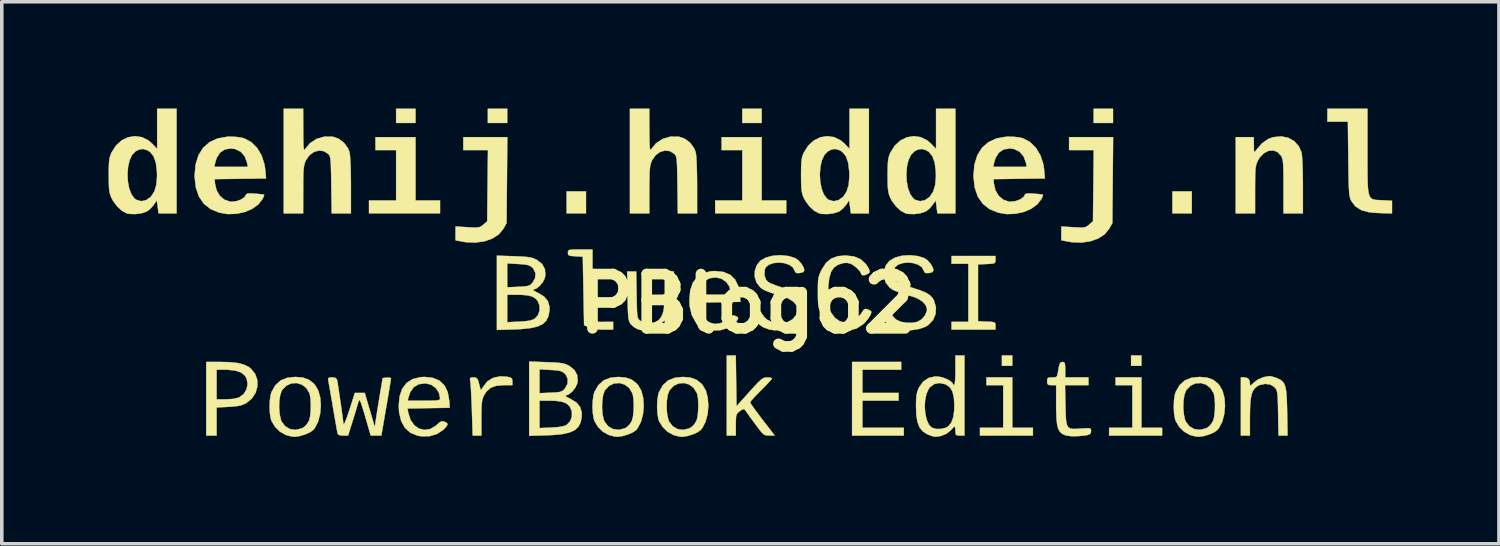
<source format=kicad_pcb>
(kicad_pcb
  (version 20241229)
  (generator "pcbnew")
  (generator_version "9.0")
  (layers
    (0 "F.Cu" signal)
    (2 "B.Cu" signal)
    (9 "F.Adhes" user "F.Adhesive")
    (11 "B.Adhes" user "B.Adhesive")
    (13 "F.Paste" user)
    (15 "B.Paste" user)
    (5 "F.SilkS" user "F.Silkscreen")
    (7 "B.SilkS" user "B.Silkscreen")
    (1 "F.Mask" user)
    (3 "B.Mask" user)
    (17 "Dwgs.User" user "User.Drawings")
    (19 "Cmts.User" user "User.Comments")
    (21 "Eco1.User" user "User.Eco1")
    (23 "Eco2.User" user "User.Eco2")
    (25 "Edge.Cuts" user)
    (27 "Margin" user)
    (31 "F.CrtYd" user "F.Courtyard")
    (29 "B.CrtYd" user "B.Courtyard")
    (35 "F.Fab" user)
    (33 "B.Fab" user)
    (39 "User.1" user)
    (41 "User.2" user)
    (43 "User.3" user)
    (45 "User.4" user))
  (footprint "PBlogo2"
    (layer "F.Cu")
    (at 17.948 5.484)
    (property "Reference" "PBlogo2" (at 0 0 0) (layer "F.SilkS") (effects (font (size 1.524 1.524) (thickness 0.3))))
    (attr through_hole)
    (fp_poly (pts (xy -9.325 -5.08) (xy -9.87 -5.08) (xy -9.87 -5.479) (xy -9.325 -5.479) (xy -9.325 -5.08)) (stroke (width 0.01) (type solid)) (fill yes) (layer "F.SilkS"))
    (fp_poly (pts (xy -6.749 -5.08) (xy -7.293 -5.08) (xy -7.293 -5.479) (xy -6.749 -5.479) (xy -6.749 -5.08)) (stroke (width 0.01) (type solid)) (fill yes) (layer "F.SilkS"))
    (fp_poly (pts (xy -4.536 -2.54) (xy -5.08 -2.54) (xy -5.08 -3.157) (xy -4.536 -3.157) (xy -4.536 -2.54)) (stroke (width 0.01) (type solid)) (fill yes) (layer "F.SilkS"))
    (fp_poly (pts (xy 0.399 -5.08) (xy -0.145 -5.08) (xy -0.145 -5.479) (xy 0.399 -5.479) (xy 0.399 -5.08)) (stroke (width 0.01) (type solid)) (fill yes) (layer "F.SilkS"))
    (fp_poly (pts (xy 7.439 1.742) (xy 7.148 1.742) (xy 7.148 1.451) (xy 7.439 1.451) (xy 7.439 1.742)) (stroke (width 0.01) (type solid)) (fill yes) (layer "F.SilkS"))
    (fp_poly (pts (xy 10.269 -5.08) (xy 9.725 -5.08) (xy 9.725 -5.479) (xy 10.269 -5.479) (xy 10.269 -5.08)) (stroke (width 0.01) (type solid)) (fill yes) (layer "F.SilkS"))
    (fp_poly (pts (xy 11.067 1.742) (xy 10.777 1.742) (xy 10.777 1.451) (xy 11.067 1.451) (xy 11.067 1.742)) (stroke (width 0.01) (type solid)) (fill yes) (layer "F.SilkS"))
    (fp_poly (pts (xy 12.482 -2.54) (xy 11.938 -2.54) (xy 11.938 -3.157) (xy 12.482 -3.157) (xy 12.482 -2.54)) (stroke (width 0.01) (type solid)) (fill yes) (layer "F.SilkS"))
    (fp_poly (pts (xy -9.325 -2.903) (xy -8.636 -2.903) (xy -8.636 -2.54) (xy -10.632 -2.54) (xy -10.632 -2.903) (xy -9.87 -2.903) (xy -9.87 -4.318) (xy -10.45 -4.318) (xy -10.45 -4.681) (xy -9.325 -4.681) (xy -9.325 -2.903)) (stroke (width 0.01) (type solid)) (fill yes) (layer "F.SilkS"))
    (fp_poly (pts (xy 0.399 -2.903) (xy 1.089 -2.903) (xy 1.089 -2.54) (xy -0.907 -2.54) (xy -0.907 -2.903) (xy -0.145 -2.903) (xy -0.145 -4.318) (xy -0.726 -4.318) (xy -0.726 -4.681) (xy 0.399 -4.681) (xy 0.399 -2.903)) (stroke (width 0.01) (type solid)) (fill yes) (layer "F.SilkS"))
    (fp_poly (pts (xy 7.439 3.483) (xy 8.019 3.483) (xy 8.019 3.701) (xy 6.531 3.701) (xy 6.531 3.483) (xy 7.185 3.483) (xy 7.185 2.286) (xy 6.713 2.286) (xy 6.713 2.068) (xy 7.439 2.068) (xy 7.439 3.483)) (stroke (width 0.01) (type solid)) (fill yes) (layer "F.SilkS"))
    (fp_poly (pts (xy 11.067 3.483) (xy 11.648 3.483) (xy 11.648 3.701) (xy 10.16 3.701) (xy 10.16 3.483) (xy 10.813 3.483) (xy 10.813 2.286) (xy 10.341 2.286) (xy 10.341 2.068) (xy 11.067 2.068) (xy 11.067 3.483)) (stroke (width 0.01) (type solid)) (fill yes) (layer "F.SilkS"))
    (fp_poly (pts (xy 4.318 1.851) (xy 3.229 1.851) (xy 3.229 2.504) (xy 4.245 2.504) (xy 4.245 2.721) (xy 3.229 2.721) (xy 3.229 3.483) (xy 4.391 3.483) (xy 4.391 3.701) (xy 2.939 3.701) (xy 2.939 1.633) (xy 4.318 1.633) (xy 4.318 1.851)) (stroke (width 0.01) (type solid)) (fill yes) (layer "F.SilkS"))
    (fp_poly (pts (xy 6.967 -1.235) (xy 6.964 -1.179) (xy 6.945 -1.146) (xy 6.894 -1.129) (xy 6.795 -1.121) (xy 6.722 -1.117) (xy 6.477 -1.107) (xy 6.477 0.49) (xy 6.722 0.501) (xy 6.852 0.507) (xy 6.925 0.519) (xy 6.958 0.543) (xy 6.967 0.587) (xy 6.967 0.619) (xy 6.967 0.726) (xy 5.733 0.726) (xy 5.733 0.508) (xy 6.205 0.508) (xy 6.205 -1.125) (xy 5.733 -1.125) (xy 5.733 -1.343) (xy 6.967 -1.343) (xy 6.967 -1.235)) (stroke (width 0.01) (type solid)) (fill yes) (layer "F.SilkS"))
    (fp_poly (pts (xy -6.767 -2.268) (xy -6.858 -2.106) (xy -6.984 -1.952) (xy -7.163 -1.835) (xy -7.384 -1.756) (xy -7.636 -1.72) (xy -7.906 -1.73) (xy -8.01 -1.747) (xy -8.201 -1.784) (xy -8.201 -2.171) (xy -7.864 -2.151) (xy -7.704 -2.143) (xy -7.598 -2.143) (xy -7.528 -2.154) (xy -7.475 -2.18) (xy -7.42 -2.222) (xy -7.419 -2.224) (xy -7.312 -2.316) (xy -7.301 -3.317) (xy -7.29 -4.318) (xy -7.983 -4.318) (xy -7.983 -4.681) (xy -6.746 -4.681) (xy -6.767 -2.268)) (stroke (width 0.01) (type solid)) (fill yes) (layer "F.SilkS"))
    (fp_poly (pts (xy 10.251 -2.268) (xy 10.16 -2.106) (xy 10.034 -1.952) (xy 9.855 -1.835) (xy 9.634 -1.756) (xy 9.382 -1.72) (xy 9.112 -1.73) (xy 9.008 -1.747) (xy 8.817 -1.784) (xy 8.817 -2.171) (xy 9.154 -2.151) (xy 9.314 -2.143) (xy 9.42 -2.143) (xy 9.49 -2.154) (xy 9.543 -2.18) (xy 9.598 -2.222) (xy 9.599 -2.224) (xy 9.706 -2.316) (xy 9.717 -3.317) (xy 9.728 -4.318) (xy 9.035 -4.318) (xy 9.035 -4.681) (xy 10.272 -4.681) (xy 10.251 -2.268)) (stroke (width 0.01) (type solid)) (fill yes) (layer "F.SilkS"))
    (fp_poly (pts (xy -4.354 -0.53) (xy -4.355 -0.228) (xy -4.355 0.01) (xy -4.351 0.19) (xy -4.341 0.321) (xy -4.323 0.411) (xy -4.294 0.467) (xy -4.251 0.497) (xy -4.192 0.508) (xy -4.114 0.51) (xy -4.014 0.508) (xy -4.007 0.508) (xy -3.774 0.508) (xy -3.774 0.726) (xy -4.055 0.726) (xy -4.261 0.716) (xy -4.411 0.684) (xy -4.463 0.662) (xy -4.59 0.599) (xy -4.608 -0.363) (xy -4.626 -1.324) (xy -4.835 -1.335) (xy -4.953 -1.344) (xy -5.015 -1.359) (xy -5.04 -1.39) (xy -5.044 -1.435) (xy -5.041 -1.476) (xy -5.024 -1.502) (xy -4.98 -1.517) (xy -4.893 -1.523) (xy -4.752 -1.524) (xy -4.699 -1.524) (xy -4.354 -1.524) (xy -4.354 -0.53)) (stroke (width 0.01) (type solid)) (fill yes) (layer "F.SilkS"))
    (fp_poly (pts (xy 17.417 -4.286) (xy 17.417 -3.936) (xy 17.418 -3.653) (xy 17.422 -3.427) (xy 17.431 -3.254) (xy 17.447 -3.126) (xy 17.472 -3.035) (xy 17.509 -2.976) (xy 17.56 -2.94) (xy 17.625 -2.922) (xy 17.709 -2.914) (xy 17.812 -2.91) (xy 17.83 -2.909) (xy 18.107 -2.895) (xy 18.107 -2.54) (xy 17.862 -2.545) (xy 17.704 -2.551) (xy 17.548 -2.562) (xy 17.453 -2.573) (xy 17.241 -2.632) (xy 17.074 -2.74) (xy 16.964 -2.886) (xy 16.942 -2.933) (xy 16.925 -2.986) (xy 16.912 -3.054) (xy 16.902 -3.146) (xy 16.895 -3.272) (xy 16.889 -3.438) (xy 16.885 -3.656) (xy 16.881 -3.934) (xy 16.879 -4.073) (xy 16.867 -5.116) (xy 16.292 -5.116) (xy 16.292 -5.479) (xy 17.417 -5.479) (xy 17.417 -4.286)) (stroke (width 0.01) (type solid)) (fill yes) (layer "F.SilkS"))
    (fp_poly (pts (xy -14.543 1.64) (xy -14.323 1.664) (xy -14.151 1.706) (xy -14.018 1.77) (xy -13.95 1.821) (xy -13.83 1.969) (xy -13.77 2.142) (xy -13.768 2.325) (xy -13.82 2.504) (xy -13.925 2.664) (xy -14.082 2.791) (xy -14.093 2.797) (xy -14.191 2.841) (xy -14.313 2.871) (xy -14.477 2.889) (xy -14.574 2.895) (xy -14.913 2.913) (xy -14.913 3.701) (xy -15.204 3.701) (xy -15.204 2.685) (xy -14.913 2.685) (xy -14.656 2.685) (xy -14.458 2.673) (xy -14.305 2.639) (xy -14.273 2.626) (xy -14.149 2.532) (xy -14.071 2.4) (xy -14.042 2.251) (xy -14.069 2.103) (xy -14.117 2.02) (xy -14.225 1.931) (xy -14.389 1.876) (xy -14.612 1.852) (xy -14.687 1.851) (xy -14.913 1.851) (xy -14.913 2.685) (xy -15.204 2.685) (xy -15.204 1.633) (xy -14.825 1.633) (xy -14.543 1.64)) (stroke (width 0.01) (type solid)) (fill yes) (layer "F.SilkS"))
    (fp_poly (pts (xy -6.749 2.05) (xy -6.656 2.072) (xy -6.614 2.106) (xy -6.604 2.171) (xy -6.604 2.18) (xy -6.604 2.286) (xy -6.849 2.286) (xy -7.058 2.304) (xy -7.214 2.361) (xy -7.332 2.464) (xy -7.401 2.573) (xy -7.432 2.643) (xy -7.453 2.721) (xy -7.466 2.821) (xy -7.472 2.958) (xy -7.475 3.15) (xy -7.475 3.21) (xy -7.475 3.701) (xy -7.719 3.701) (xy -7.741 3.003) (xy -7.749 2.777) (xy -7.759 2.568) (xy -7.768 2.391) (xy -7.778 2.259) (xy -7.786 2.186) (xy -7.786 2.186) (xy -7.797 2.106) (xy -7.774 2.074) (xy -7.7 2.068) (xy -7.698 2.068) (xy -7.626 2.076) (xy -7.585 2.111) (xy -7.554 2.194) (xy -7.547 2.223) (xy -7.52 2.325) (xy -7.501 2.399) (xy -7.497 2.413) (xy -7.476 2.409) (xy -7.438 2.354) (xy -7.427 2.335) (xy -7.309 2.181) (xy -7.147 2.081) (xy -6.947 2.038) (xy -6.749 2.05)) (stroke (width 0.01) (type solid)) (fill yes) (layer "F.SilkS"))
    (fp_poly (pts (xy -3.114 -0.251) (xy -3.109 -0.017) (xy -3.105 0.154) (xy -3.098 0.275) (xy -3.088 0.356) (xy -3.073 0.409) (xy -3.051 0.443) (xy -3.022 0.47) (xy -3.017 0.475) (xy -2.895 0.533) (xy -2.746 0.547) (xy -2.599 0.519) (xy -2.494 0.458) (xy -2.431 0.384) (xy -2.384 0.288) (xy -2.352 0.16) (xy -2.333 -0.012) (xy -2.324 -0.238) (xy -2.322 -0.408) (xy -2.322 -0.907) (xy -2.068 -0.907) (xy -2.068 0.726) (xy -2.195 0.726) (xy -2.279 0.721) (xy -2.314 0.691) (xy -2.322 0.615) (xy -2.322 0.592) (xy -2.322 0.457) (xy -2.443 0.574) (xy -2.616 0.699) (xy -2.806 0.752) (xy -3.011 0.735) (xy -3.081 0.715) (xy -3.19 0.654) (xy -3.28 0.57) (xy -3.28 0.569) (xy -3.307 0.528) (xy -3.327 0.479) (xy -3.342 0.412) (xy -3.352 0.315) (xy -3.359 0.177) (xy -3.364 -0.013) (xy -3.368 -0.22) (xy -3.379 -0.907) (xy -3.125 -0.907) (xy -3.114 -0.251)) (stroke (width 0.01) (type solid)) (fill yes) (layer "F.SilkS"))
    (fp_poly (pts (xy 14.74 2.045) (xy 14.843 2.078) (xy 14.878 2.091) (xy 14.964 2.131) (xy 15.03 2.18) (xy 15.079 2.246) (xy 15.113 2.342) (xy 15.136 2.475) (xy 15.15 2.656) (xy 15.158 2.895) (xy 15.161 3.039) (xy 15.173 3.701) (xy 14.919 3.701) (xy 14.907 3.069) (xy 14.903 2.84) (xy 14.897 2.672) (xy 14.89 2.554) (xy 14.878 2.473) (xy 14.862 2.419) (xy 14.838 2.379) (xy 14.807 2.343) (xy 14.693 2.27) (xy 14.548 2.249) (xy 14.395 2.28) (xy 14.33 2.311) (xy 14.254 2.371) (xy 14.197 2.452) (xy 14.157 2.564) (xy 14.132 2.72) (xy 14.119 2.927) (xy 14.115 3.176) (xy 14.115 3.701) (xy 13.861 3.701) (xy 13.861 2.068) (xy 13.966 2.068) (xy 14.058 2.09) (xy 14.105 2.161) (xy 14.115 2.257) (xy 14.121 2.297) (xy 14.146 2.292) (xy 14.203 2.236) (xy 14.217 2.221) (xy 14.339 2.129) (xy 14.498 2.061) (xy 14.657 2.032) (xy 14.668 2.032) (xy 14.74 2.045)) (stroke (width 0.01) (type solid)) (fill yes) (layer "F.SilkS"))
    (fp_poly (pts (xy -12.48 -4.871) (xy -12.478 -4.646) (xy -12.475 -4.486) (xy -12.468 -4.384) (xy -12.459 -4.332) (xy -12.445 -4.323) (xy -12.435 -4.336) (xy -12.29 -4.511) (xy -12.103 -4.633) (xy -11.886 -4.696) (xy -11.653 -4.695) (xy -11.484 -4.636) (xy -11.334 -4.522) (xy -11.222 -4.368) (xy -11.18 -4.263) (xy -11.167 -4.177) (xy -11.156 -4.03) (xy -11.147 -3.831) (xy -11.142 -3.593) (xy -11.14 -3.329) (xy -11.14 -2.54) (xy -11.68 -2.54) (xy -11.691 -3.337) (xy -11.695 -3.599) (xy -11.7 -3.798) (xy -11.705 -3.943) (xy -11.714 -4.046) (xy -11.725 -4.115) (xy -11.741 -4.161) (xy -11.762 -4.193) (xy -11.777 -4.209) (xy -11.901 -4.288) (xy -12.04 -4.305) (xy -12.18 -4.265) (xy -12.307 -4.172) (xy -12.405 -4.031) (xy -12.411 -4.018) (xy -12.436 -3.953) (xy -12.455 -3.881) (xy -12.468 -3.787) (xy -12.476 -3.66) (xy -12.48 -3.488) (xy -12.481 -3.259) (xy -12.481 -3.202) (xy -12.482 -2.54) (xy -13.027 -2.54) (xy -13.027 -5.479) (xy -12.482 -5.479) (xy -12.48 -4.871)) (stroke (width 0.01) (type solid)) (fill yes) (layer "F.SilkS"))
    (fp_poly (pts (xy -2.756 -4.871) (xy -2.754 -4.646) (xy -2.75 -4.486) (xy -2.744 -4.384) (xy -2.734 -4.332) (xy -2.721 -4.323) (xy -2.71 -4.336) (xy -2.566 -4.511) (xy -2.378 -4.633) (xy -2.161 -4.696) (xy -1.928 -4.695) (xy -1.759 -4.636) (xy -1.609 -4.522) (xy -1.498 -4.368) (xy -1.456 -4.263) (xy -1.442 -4.177) (xy -1.431 -4.03) (xy -1.423 -3.831) (xy -1.417 -3.593) (xy -1.415 -3.329) (xy -1.415 -2.54) (xy -1.956 -2.54) (xy -1.967 -3.337) (xy -1.971 -3.599) (xy -1.975 -3.798) (xy -1.981 -3.943) (xy -1.989 -4.046) (xy -2 -4.115) (xy -2.016 -4.161) (xy -2.037 -4.193) (xy -2.052 -4.209) (xy -2.176 -4.288) (xy -2.315 -4.305) (xy -2.456 -4.265) (xy -2.582 -4.172) (xy -2.681 -4.031) (xy -2.686 -4.018) (xy -2.712 -3.953) (xy -2.73 -3.881) (xy -2.743 -3.787) (xy -2.751 -3.66) (xy -2.755 -3.488) (xy -2.757 -3.259) (xy -2.757 -3.202) (xy -2.758 -2.54) (xy -3.302 -2.54) (xy -3.302 -5.479) (xy -2.758 -5.479) (xy -2.756 -4.871)) (stroke (width 0.01) (type solid)) (fill yes) (layer "F.SilkS"))
    (fp_poly (pts (xy 15.191 -4.664) (xy 15.362 -4.568) (xy 15.492 -4.421) (xy 15.564 -4.255) (xy 15.576 -4.178) (xy 15.586 -4.04) (xy 15.594 -3.856) (xy 15.6 -3.636) (xy 15.603 -3.395) (xy 15.603 -3.329) (xy 15.603 -2.54) (xy 15.059 -2.54) (xy 15.058 -3.293) (xy 15.058 -3.549) (xy 15.056 -3.743) (xy 15.051 -3.886) (xy 15.043 -3.988) (xy 15.03 -4.061) (xy 15.013 -4.114) (xy 14.989 -4.16) (xy 14.988 -4.162) (xy 14.889 -4.265) (xy 14.767 -4.309) (xy 14.635 -4.296) (xy 14.505 -4.228) (xy 14.39 -4.109) (xy 14.342 -4.028) (xy 14.313 -3.966) (xy 14.292 -3.903) (xy 14.277 -3.827) (xy 14.268 -3.726) (xy 14.263 -3.587) (xy 14.261 -3.397) (xy 14.26 -3.204) (xy 14.26 -2.54) (xy 13.716 -2.54) (xy 13.716 -4.681) (xy 14.224 -4.681) (xy 14.226 -4.454) (xy 14.227 -4.332) (xy 14.234 -4.272) (xy 14.249 -4.264) (xy 14.278 -4.299) (xy 14.289 -4.315) (xy 14.453 -4.506) (xy 14.627 -4.629) (xy 14.767 -4.68) (xy 14.989 -4.703) (xy 15.191 -4.664)) (stroke (width 0.01) (type solid)) (fill yes) (layer "F.SilkS"))
    (fp_poly (pts (xy -0.318 2.165) (xy -0.308 2.879) (xy 0.054 2.474) (xy 0.196 2.318) (xy 0.3 2.208) (xy 0.377 2.136) (xy 0.436 2.094) (xy 0.487 2.075) (xy 0.541 2.069) (xy 0.553 2.069) (xy 0.641 2.075) (xy 0.687 2.091) (xy 0.689 2.096) (xy 0.665 2.131) (xy 0.599 2.206) (xy 0.501 2.31) (xy 0.381 2.431) (xy 0.381 2.431) (xy 0.261 2.553) (xy 0.163 2.657) (xy 0.097 2.733) (xy 0.073 2.769) (xy 0.073 2.769) (xy 0.094 2.807) (xy 0.152 2.892) (xy 0.239 3.013) (xy 0.349 3.159) (xy 0.419 3.251) (xy 0.765 3.701) (xy 0.61 3.7) (xy 0.541 3.698) (xy 0.488 3.685) (xy 0.437 3.652) (xy 0.377 3.588) (xy 0.297 3.484) (xy 0.205 3.36) (xy 0.103 3.222) (xy 0.017 3.102) (xy -0.045 3.015) (xy -0.072 2.976) (xy -0.107 2.957) (xy -0.17 2.984) (xy -0.213 3.014) (xy -0.269 3.058) (xy -0.302 3.103) (xy -0.319 3.165) (xy -0.326 3.266) (xy -0.327 3.4) (xy -0.327 3.701) (xy -0.581 3.701) (xy -0.581 1.451) (xy -0.328 1.451) (xy -0.318 2.165)) (stroke (width 0.01) (type solid)) (fill yes) (layer "F.SilkS"))
    (fp_poly (pts (xy 8.896 1.642) (xy 8.917 1.68) (xy 8.925 1.764) (xy 8.926 1.851) (xy 8.926 2.068) (xy 9.579 2.068) (xy 9.579 2.286) (xy 8.921 2.286) (xy 8.933 2.851) (xy 8.939 3.09) (xy 8.949 3.265) (xy 8.969 3.386) (xy 9.006 3.462) (xy 9.066 3.502) (xy 9.155 3.516) (xy 9.278 3.513) (xy 9.371 3.506) (xy 9.512 3.497) (xy 9.595 3.497) (xy 9.637 3.509) (xy 9.651 3.537) (xy 9.652 3.571) (xy 9.645 3.626) (xy 9.617 3.662) (xy 9.552 3.687) (xy 9.44 3.704) (xy 9.302 3.717) (xy 9.104 3.721) (xy 8.952 3.7) (xy 8.926 3.692) (xy 8.839 3.651) (xy 8.774 3.593) (xy 8.728 3.508) (xy 8.698 3.385) (xy 8.681 3.215) (xy 8.673 2.988) (xy 8.672 2.839) (xy 8.672 2.286) (xy 8.545 2.286) (xy 8.46 2.28) (xy 8.425 2.249) (xy 8.418 2.177) (xy 8.424 2.107) (xy 8.456 2.076) (xy 8.535 2.068) (xy 8.559 2.068) (xy 8.645 2.065) (xy 8.69 2.042) (xy 8.713 1.979) (xy 8.726 1.9) (xy 8.75 1.762) (xy 8.775 1.68) (xy 8.808 1.642) (xy 8.857 1.633) (xy 8.858 1.633) (xy 8.896 1.642)) (stroke (width 0.01) (type solid)) (fill yes) (layer "F.SilkS"))
    (fp_poly (pts (xy -8.836 2.081) (xy -8.649 2.161) (xy -8.511 2.295) (xy -8.42 2.483) (xy -8.377 2.726) (xy -8.376 2.741) (xy -8.364 2.921) (xy -8.957 2.931) (xy -9.551 2.941) (xy -9.526 3.076) (xy -9.463 3.267) (xy -9.36 3.411) (xy -9.228 3.505) (xy -9.077 3.543) (xy -8.92 3.521) (xy -8.767 3.436) (xy -8.722 3.395) (xy -8.641 3.324) (xy -8.579 3.301) (xy -8.513 3.313) (xy -8.442 3.348) (xy -8.426 3.394) (xy -8.468 3.462) (xy -8.543 3.538) (xy -8.719 3.656) (xy -8.93 3.719) (xy -9.159 3.723) (xy -9.271 3.704) (xy -9.47 3.622) (xy -9.623 3.485) (xy -9.728 3.295) (xy -9.786 3.053) (xy -9.797 2.867) (xy -9.783 2.721) (xy -9.545 2.721) (xy -9.09 2.721) (xy -8.902 2.721) (xy -8.774 2.718) (xy -8.696 2.71) (xy -8.654 2.696) (xy -8.638 2.674) (xy -8.636 2.647) (xy -8.669 2.494) (xy -8.759 2.364) (xy -8.89 2.272) (xy -9.045 2.235) (xy -9.048 2.235) (xy -9.232 2.259) (xy -9.373 2.34) (xy -9.473 2.481) (xy -9.521 2.622) (xy -9.545 2.721) (xy -9.783 2.721) (xy -9.772 2.599) (xy -9.698 2.384) (xy -9.575 2.222) (xy -9.404 2.114) (xy -9.186 2.061) (xy -9.071 2.055) (xy -8.836 2.081)) (stroke (width 0.01) (type solid)) (fill yes) (layer "F.SilkS"))
    (fp_poly (pts (xy -0.672 -0.894) (xy -0.485 -0.814) (xy -0.347 -0.681) (xy -0.256 -0.493) (xy -0.212 -0.249) (xy -0.211 -0.234) (xy -0.2 -0.054) (xy -0.793 -0.044) (xy -1.387 -0.034) (xy -1.362 0.101) (xy -1.299 0.291) (xy -1.196 0.436) (xy -1.063 0.529) (xy -0.913 0.567) (xy -0.756 0.546) (xy -0.603 0.46) (xy -0.557 0.419) (xy -0.477 0.349) (xy -0.415 0.325) (xy -0.349 0.337) (xy -0.277 0.372) (xy -0.262 0.418) (xy -0.304 0.486) (xy -0.378 0.562) (xy -0.554 0.68) (xy -0.765 0.743) (xy -0.995 0.748) (xy -1.107 0.728) (xy -1.305 0.647) (xy -1.458 0.51) (xy -1.564 0.319) (xy -1.622 0.078) (xy -1.632 -0.109) (xy -1.619 -0.254) (xy -1.38 -0.254) (xy -0.926 -0.254) (xy -0.738 -0.255) (xy -0.61 -0.258) (xy -0.532 -0.265) (xy -0.49 -0.279) (xy -0.474 -0.302) (xy -0.472 -0.328) (xy -0.505 -0.481) (xy -0.595 -0.611) (xy -0.726 -0.703) (xy -0.881 -0.74) (xy -0.883 -0.74) (xy -1.068 -0.717) (xy -1.209 -0.635) (xy -1.309 -0.495) (xy -1.356 -0.354) (xy -1.38 -0.254) (xy -1.619 -0.254) (xy -1.608 -0.377) (xy -1.533 -0.592) (xy -1.411 -0.754) (xy -1.24 -0.862) (xy -1.022 -0.915) (xy -0.907 -0.92) (xy -0.672 -0.894)) (stroke (width 0.01) (type solid)) (fill yes) (layer "F.SilkS"))
    (fp_poly (pts (xy -12.489 2.073) (xy -12.325 2.131) (xy -12.187 2.237) (xy -12.145 2.284) (xy -12.054 2.443) (xy -12 2.644) (xy -11.985 2.867) (xy -12.005 3.095) (xy -12.061 3.308) (xy -12.151 3.486) (xy -12.201 3.547) (xy -12.291 3.611) (xy -12.425 3.67) (xy -12.575 3.715) (xy -12.711 3.736) (xy -12.734 3.736) (xy -12.829 3.723) (xy -12.946 3.692) (xy -12.972 3.683) (xy -13.133 3.593) (xy -13.273 3.455) (xy -13.369 3.293) (xy -13.387 3.242) (xy -13.415 3.084) (xy -13.423 2.913) (xy -13.157 2.913) (xy -13.143 3.096) (xy -13.11 3.251) (xy -13.087 3.308) (xy -12.985 3.442) (xy -12.846 3.521) (xy -12.686 3.542) (xy -12.522 3.5) (xy -12.457 3.464) (xy -12.381 3.389) (xy -12.319 3.288) (xy -12.316 3.282) (xy -12.287 3.168) (xy -12.27 3.01) (xy -12.266 2.834) (xy -12.274 2.668) (xy -12.296 2.539) (xy -12.303 2.515) (xy -12.392 2.367) (xy -12.518 2.27) (xy -12.664 2.226) (xy -12.816 2.237) (xy -12.957 2.303) (xy -13.074 2.427) (xy -13.082 2.441) (xy -13.126 2.561) (xy -13.151 2.727) (xy -13.157 2.913) (xy -13.423 2.913) (xy -13.424 2.898) (xy -13.417 2.71) (xy -13.392 2.548) (xy -13.37 2.476) (xy -13.26 2.285) (xy -13.114 2.153) (xy -12.924 2.078) (xy -12.7 2.055) (xy -12.489 2.073)) (stroke (width 0.01) (type solid)) (fill yes) (layer "F.SilkS"))
    (fp_poly (pts (xy -3.418 2.073) (xy -3.253 2.131) (xy -3.116 2.237) (xy -3.073 2.284) (xy -2.982 2.443) (xy -2.929 2.644) (xy -2.913 2.867) (xy -2.934 3.095) (xy -2.989 3.308) (xy -3.08 3.486) (xy -3.129 3.547) (xy -3.219 3.611) (xy -3.354 3.67) (xy -3.503 3.715) (xy -3.64 3.736) (xy -3.662 3.736) (xy -3.757 3.723) (xy -3.875 3.692) (xy -3.901 3.683) (xy -4.062 3.593) (xy -4.202 3.455) (xy -4.298 3.293) (xy -4.315 3.242) (xy -4.343 3.084) (xy -4.352 2.913) (xy -4.085 2.913) (xy -4.072 3.096) (xy -4.039 3.251) (xy -4.016 3.308) (xy -3.913 3.442) (xy -3.774 3.521) (xy -3.615 3.542) (xy -3.451 3.5) (xy -3.386 3.464) (xy -3.31 3.389) (xy -3.247 3.288) (xy -3.245 3.282) (xy -3.216 3.168) (xy -3.199 3.01) (xy -3.194 2.834) (xy -3.203 2.668) (xy -3.224 2.539) (xy -3.232 2.515) (xy -3.321 2.367) (xy -3.446 2.27) (xy -3.593 2.226) (xy -3.744 2.237) (xy -3.886 2.303) (xy -4.002 2.427) (xy -4.01 2.441) (xy -4.054 2.561) (xy -4.079 2.727) (xy -4.085 2.913) (xy -4.352 2.913) (xy -4.353 2.898) (xy -4.345 2.71) (xy -4.321 2.548) (xy -4.298 2.476) (xy -4.189 2.285) (xy -4.042 2.153) (xy -3.853 2.078) (xy -3.629 2.055) (xy -3.418 2.073)) (stroke (width 0.01) (type solid)) (fill yes) (layer "F.SilkS"))
    (fp_poly (pts (xy -1.604 2.073) (xy -1.439 2.131) (xy -1.302 2.237) (xy -1.259 2.284) (xy -1.168 2.443) (xy -1.115 2.644) (xy -1.099 2.867) (xy -1.119 3.095) (xy -1.175 3.308) (xy -1.266 3.486) (xy -1.315 3.547) (xy -1.405 3.611) (xy -1.539 3.67) (xy -1.689 3.715) (xy -1.826 3.736) (xy -1.848 3.736) (xy -1.943 3.723) (xy -2.06 3.692) (xy -2.086 3.683) (xy -2.248 3.593) (xy -2.387 3.455) (xy -2.484 3.293) (xy -2.501 3.242) (xy -2.529 3.084) (xy -2.538 2.913) (xy -2.271 2.913) (xy -2.257 3.096) (xy -2.224 3.251) (xy -2.202 3.308) (xy -2.099 3.442) (xy -1.96 3.521) (xy -1.8 3.542) (xy -1.636 3.5) (xy -1.572 3.464) (xy -1.495 3.389) (xy -1.433 3.288) (xy -1.43 3.282) (xy -1.401 3.168) (xy -1.385 3.01) (xy -1.38 2.834) (xy -1.388 2.668) (xy -1.41 2.539) (xy -1.418 2.515) (xy -1.507 2.367) (xy -1.632 2.27) (xy -1.778 2.226) (xy -1.93 2.237) (xy -2.072 2.303) (xy -2.188 2.427) (xy -2.196 2.441) (xy -2.24 2.561) (xy -2.265 2.727) (xy -2.271 2.913) (xy -2.538 2.913) (xy -2.539 2.898) (xy -2.531 2.71) (xy -2.506 2.548) (xy -2.484 2.476) (xy -2.374 2.285) (xy -2.228 2.153) (xy -2.039 2.078) (xy -1.814 2.055) (xy -1.604 2.073)) (stroke (width 0.01) (type solid)) (fill yes) (layer "F.SilkS"))
    (fp_poly (pts (xy 12.911 2.073) (xy 13.075 2.131) (xy 13.213 2.237) (xy 13.255 2.284) (xy 13.346 2.443) (xy 13.4 2.644) (xy 13.415 2.867) (xy 13.395 3.095) (xy 13.339 3.308) (xy 13.249 3.486) (xy 13.199 3.547) (xy 13.109 3.611) (xy 12.975 3.67) (xy 12.825 3.715) (xy 12.689 3.736) (xy 12.666 3.736) (xy 12.571 3.723) (xy 12.454 3.692) (xy 12.428 3.683) (xy 12.267 3.593) (xy 12.127 3.455) (xy 12.031 3.293) (xy 12.013 3.242) (xy 11.985 3.084) (xy 11.977 2.913) (xy 12.243 2.913) (xy 12.257 3.096) (xy 12.29 3.251) (xy 12.313 3.308) (xy 12.415 3.442) (xy 12.554 3.521) (xy 12.714 3.542) (xy 12.878 3.5) (xy 12.943 3.464) (xy 13.019 3.389) (xy 13.081 3.288) (xy 13.084 3.282) (xy 13.113 3.168) (xy 13.13 3.01) (xy 13.134 2.834) (xy 13.126 2.668) (xy 13.104 2.539) (xy 13.097 2.515) (xy 13.008 2.367) (xy 12.882 2.27) (xy 12.736 2.226) (xy 12.584 2.237) (xy 12.443 2.303) (xy 12.326 2.427) (xy 12.318 2.441) (xy 12.274 2.561) (xy 12.249 2.727) (xy 12.243 2.913) (xy 11.977 2.913) (xy 11.976 2.898) (xy 11.983 2.71) (xy 12.008 2.548) (xy 12.03 2.476) (xy 12.14 2.285) (xy 12.286 2.153) (xy 12.476 2.078) (xy 12.7 2.055) (xy 12.911 2.073)) (stroke (width 0.01) (type solid)) (fill yes) (layer "F.SilkS"))
    (fp_poly (pts (xy -14.379 -4.689) (xy -14.233 -4.671) (xy -14.138 -4.648) (xy -13.94 -4.543) (xy -13.775 -4.379) (xy -13.649 -4.167) (xy -13.568 -3.918) (xy -13.543 -3.747) (xy -13.525 -3.521) (xy -14.968 -3.502) (xy -14.958 -3.378) (xy -14.914 -3.189) (xy -14.823 -3.034) (xy -14.693 -2.924) (xy -14.537 -2.87) (xy -14.486 -2.867) (xy -14.351 -2.884) (xy -14.226 -2.929) (xy -14.133 -2.991) (xy -14.099 -3.04) (xy -14.08 -3.078) (xy -14.041 -3.097) (xy -13.965 -3.101) (xy -13.835 -3.094) (xy -13.833 -3.093) (xy -13.708 -3.083) (xy -13.617 -3.072) (xy -13.577 -3.065) (xy -13.584 -3.03) (xy -13.616 -2.956) (xy -13.623 -2.944) (xy -13.74 -2.792) (xy -13.911 -2.668) (xy -14.121 -2.579) (xy -14.356 -2.528) (xy -14.601 -2.52) (xy -14.839 -2.56) (xy -15.081 -2.66) (xy -15.271 -2.811) (xy -15.41 -3.013) (xy -15.496 -3.264) (xy -15.53 -3.564) (xy -15.53 -3.608) (xy -15.509 -3.846) (xy -14.978 -3.846) (xy -14.034 -3.846) (xy -14.057 -3.962) (xy -14.123 -4.141) (xy -14.238 -4.273) (xy -14.391 -4.348) (xy -14.514 -4.364) (xy -14.686 -4.335) (xy -14.818 -4.246) (xy -14.911 -4.097) (xy -14.952 -3.965) (xy -14.978 -3.846) (xy -15.509 -3.846) (xy -15.503 -3.913) (xy -15.423 -4.173) (xy -15.291 -4.383) (xy -15.111 -4.541) (xy -14.885 -4.645) (xy -14.614 -4.693) (xy -14.532 -4.696) (xy -14.379 -4.689)) (stroke (width 0.01) (type solid)) (fill yes) (layer "F.SilkS"))
    (fp_poly (pts (xy 7.501 -4.689) (xy 7.647 -4.671) (xy 7.743 -4.648) (xy 7.94 -4.543) (xy 8.105 -4.379) (xy 8.232 -4.167) (xy 8.313 -3.918) (xy 8.337 -3.747) (xy 8.356 -3.521) (xy 6.912 -3.502) (xy 6.922 -3.378) (xy 6.966 -3.189) (xy 7.058 -3.034) (xy 7.187 -2.924) (xy 7.343 -2.87) (xy 7.394 -2.867) (xy 7.529 -2.884) (xy 7.655 -2.929) (xy 7.747 -2.991) (xy 7.781 -3.04) (xy 7.8 -3.078) (xy 7.839 -3.097) (xy 7.915 -3.101) (xy 8.045 -3.094) (xy 8.047 -3.093) (xy 8.172 -3.083) (xy 8.264 -3.072) (xy 8.303 -3.065) (xy 8.296 -3.03) (xy 8.264 -2.956) (xy 8.258 -2.944) (xy 8.14 -2.792) (xy 7.969 -2.668) (xy 7.759 -2.579) (xy 7.524 -2.528) (xy 7.28 -2.52) (xy 7.041 -2.56) (xy 6.799 -2.66) (xy 6.609 -2.811) (xy 6.47 -3.013) (xy 6.384 -3.264) (xy 6.35 -3.564) (xy 6.35 -3.608) (xy 6.371 -3.846) (xy 6.902 -3.846) (xy 7.847 -3.846) (xy 7.824 -3.962) (xy 7.757 -4.141) (xy 7.643 -4.273) (xy 7.49 -4.348) (xy 7.366 -4.364) (xy 7.194 -4.335) (xy 7.062 -4.246) (xy 6.969 -4.097) (xy 6.929 -3.965) (xy 6.902 -3.846) (xy 6.371 -3.846) (xy 6.377 -3.913) (xy 6.458 -4.173) (xy 6.589 -4.383) (xy 6.769 -4.541) (xy 6.995 -4.645) (xy 7.266 -4.693) (xy 7.348 -4.696) (xy 7.501 -4.689)) (stroke (width 0.01) (type solid)) (fill yes) (layer "F.SilkS"))
    (fp_poly (pts (xy -16.038 -2.54) (xy -16.544 -2.54) (xy -16.568 -2.723) (xy -16.592 -2.905) (xy -16.679 -2.778) (xy -16.763 -2.68) (xy -16.858 -2.603) (xy -16.876 -2.593) (xy -17.02 -2.544) (xy -17.195 -2.52) (xy -17.362 -2.525) (xy -17.436 -2.54) (xy -17.57 -2.611) (xy -17.704 -2.733) (xy -17.82 -2.888) (xy -17.867 -2.975) (xy -17.9 -3.055) (xy -17.922 -3.141) (xy -17.935 -3.248) (xy -17.941 -3.394) (xy -17.943 -3.596) (xy -17.943 -3.61) (xy -17.943 -3.646) (xy -17.416 -3.646) (xy -17.406 -3.439) (xy -17.37 -3.244) (xy -17.307 -3.078) (xy -17.218 -2.957) (xy -17.167 -2.92) (xy -17.032 -2.882) (xy -16.892 -2.911) (xy -16.764 -3.002) (xy -16.757 -3.01) (xy -16.662 -3.155) (xy -16.606 -3.343) (xy -16.586 -3.583) (xy -16.59 -3.722) (xy -16.62 -3.965) (xy -16.684 -4.145) (xy -16.783 -4.267) (xy -16.856 -4.312) (xy -16.974 -4.349) (xy -17.08 -4.337) (xy -17.189 -4.283) (xy -17.287 -4.184) (xy -17.357 -4.035) (xy -17.4 -3.85) (xy -17.416 -3.646) (xy -17.943 -3.646) (xy -17.942 -3.816) (xy -17.935 -3.965) (xy -17.923 -4.074) (xy -17.901 -4.16) (xy -17.87 -4.24) (xy -17.867 -4.245) (xy -17.742 -4.443) (xy -17.584 -4.588) (xy -17.402 -4.677) (xy -17.208 -4.709) (xy -17.013 -4.681) (xy -16.829 -4.59) (xy -16.719 -4.494) (xy -16.583 -4.351) (xy -16.583 -5.479) (xy -16.038 -5.479) (xy -16.038 -2.54)) (stroke (width 0.01) (type solid)) (fill yes) (layer "F.SilkS"))
    (fp_poly (pts (xy 3.411 -2.54) (xy 2.905 -2.54) (xy 2.881 -2.723) (xy 2.857 -2.905) (xy 2.77 -2.778) (xy 2.686 -2.68) (xy 2.591 -2.603) (xy 2.573 -2.593) (xy 2.429 -2.544) (xy 2.255 -2.52) (xy 2.087 -2.525) (xy 2.013 -2.54) (xy 1.879 -2.611) (xy 1.745 -2.733) (xy 1.629 -2.888) (xy 1.582 -2.975) (xy 1.549 -3.055) (xy 1.528 -3.141) (xy 1.514 -3.248) (xy 1.508 -3.394) (xy 1.506 -3.596) (xy 1.506 -3.61) (xy 1.506 -3.646) (xy 2.033 -3.646) (xy 2.043 -3.439) (xy 2.08 -3.244) (xy 2.142 -3.078) (xy 2.231 -2.957) (xy 2.282 -2.92) (xy 2.418 -2.882) (xy 2.557 -2.911) (xy 2.685 -3.002) (xy 2.692 -3.01) (xy 2.787 -3.155) (xy 2.844 -3.343) (xy 2.863 -3.583) (xy 2.859 -3.722) (xy 2.829 -3.965) (xy 2.765 -4.145) (xy 2.666 -4.267) (xy 2.594 -4.312) (xy 2.475 -4.349) (xy 2.369 -4.337) (xy 2.26 -4.283) (xy 2.163 -4.184) (xy 2.092 -4.035) (xy 2.049 -3.85) (xy 2.033 -3.646) (xy 1.506 -3.646) (xy 1.507 -3.816) (xy 1.514 -3.965) (xy 1.526 -4.074) (xy 1.548 -4.16) (xy 1.579 -4.24) (xy 1.582 -4.245) (xy 1.707 -4.443) (xy 1.866 -4.588) (xy 2.048 -4.677) (xy 2.241 -4.709) (xy 2.436 -4.681) (xy 2.62 -4.59) (xy 2.731 -4.494) (xy 2.867 -4.351) (xy 2.867 -5.479) (xy 3.411 -5.479) (xy 3.411 -2.54)) (stroke (width 0.01) (type solid)) (fill yes) (layer "F.SilkS"))
    (fp_poly (pts (xy 5.842 -2.54) (xy 5.336 -2.54) (xy 5.312 -2.723) (xy 5.288 -2.905) (xy 5.201 -2.778) (xy 5.118 -2.68) (xy 5.022 -2.603) (xy 5.004 -2.593) (xy 4.86 -2.544) (xy 4.686 -2.52) (xy 4.518 -2.525) (xy 4.444 -2.54) (xy 4.31 -2.611) (xy 4.176 -2.733) (xy 4.06 -2.888) (xy 4.013 -2.975) (xy 3.981 -3.055) (xy 3.959 -3.141) (xy 3.945 -3.248) (xy 3.939 -3.394) (xy 3.937 -3.596) (xy 3.937 -3.61) (xy 3.937 -3.646) (xy 4.464 -3.646) (xy 4.474 -3.439) (xy 4.511 -3.244) (xy 4.573 -3.078) (xy 4.662 -2.957) (xy 4.713 -2.92) (xy 4.849 -2.882) (xy 4.989 -2.911) (xy 5.116 -3.002) (xy 5.124 -3.01) (xy 5.219 -3.155) (xy 5.275 -3.343) (xy 5.294 -3.583) (xy 5.29 -3.722) (xy 5.26 -3.965) (xy 5.196 -4.145) (xy 5.097 -4.267) (xy 5.025 -4.312) (xy 4.906 -4.349) (xy 4.8 -4.337) (xy 4.691 -4.283) (xy 4.594 -4.184) (xy 4.523 -4.035) (xy 4.48 -3.85) (xy 4.464 -3.646) (xy 3.937 -3.646) (xy 3.939 -3.816) (xy 3.945 -3.965) (xy 3.958 -4.074) (xy 3.979 -4.16) (xy 4.011 -4.24) (xy 4.013 -4.245) (xy 4.138 -4.443) (xy 4.297 -4.588) (xy 4.479 -4.677) (xy 4.672 -4.709) (xy 4.867 -4.681) (xy 5.051 -4.59) (xy 5.162 -4.494) (xy 5.298 -4.351) (xy 5.298 -5.479) (xy 5.842 -5.479) (xy 5.842 -2.54)) (stroke (width 0.01) (type solid)) (fill yes) (layer "F.SilkS"))
    (fp_poly (pts (xy 2.993 -1.33) (xy 3.182 -1.25) (xy 3.329 -1.114) (xy 3.4 -1) (xy 3.434 -0.925) (xy 3.429 -0.881) (xy 3.39 -0.846) (xy 3.308 -0.807) (xy 3.235 -0.802) (xy 3.195 -0.832) (xy 3.193 -0.846) (xy 3.166 -0.904) (xy 3.096 -0.983) (xy 3.004 -1.062) (xy 2.908 -1.124) (xy 2.798 -1.15) (xy 2.694 -1.144) (xy 2.543 -1.097) (xy 2.429 -1.018) (xy 2.348 -0.897) (xy 2.298 -0.727) (xy 2.272 -0.501) (xy 2.268 -0.31) (xy 2.27 -0.118) (xy 2.279 0.02) (xy 2.297 0.121) (xy 2.326 0.204) (xy 2.34 0.234) (xy 2.455 0.394) (xy 2.597 0.493) (xy 2.755 0.531) (xy 2.915 0.508) (xy 3.065 0.423) (xy 3.194 0.277) (xy 3.211 0.249) (xy 3.263 0.17) (xy 3.309 0.143) (xy 3.373 0.156) (xy 3.384 0.16) (xy 3.455 0.195) (xy 3.483 0.227) (xy 3.458 0.308) (xy 3.393 0.414) (xy 3.303 0.523) (xy 3.25 0.573) (xy 3.059 0.697) (xy 2.845 0.752) (xy 2.612 0.737) (xy 2.54 0.719) (xy 2.343 0.627) (xy 2.181 0.472) (xy 2.073 0.294) (xy 2.031 0.197) (xy 2.003 0.108) (xy 1.987 0.008) (xy 1.98 -0.124) (xy 1.978 -0.307) (xy 1.978 -0.329) (xy 1.979 -0.514) (xy 1.985 -0.646) (xy 1.998 -0.744) (xy 2.024 -0.827) (xy 2.064 -0.916) (xy 2.088 -0.964) (xy 2.207 -1.148) (xy 2.353 -1.27) (xy 2.535 -1.337) (xy 2.757 -1.357) (xy 2.993 -1.33)) (stroke (width 0.01) (type solid)) (fill yes) (layer "F.SilkS"))
    (fp_poly (pts (xy -11.58 2.079) (xy -11.537 2.12) (xy -11.527 2.15) (xy -11.516 2.209) (xy -11.498 2.324) (xy -11.474 2.481) (xy -11.447 2.664) (xy -11.419 2.856) (xy -11.393 3.044) (xy -11.37 3.212) (xy -11.353 3.344) (xy -11.349 3.375) (xy -11.335 3.382) (xy -11.303 3.322) (xy -11.255 3.199) (xy -11.193 3.015) (xy -11.183 2.985) (xy -11.029 2.504) (xy -10.752 2.504) (xy -10.61 2.985) (xy -10.469 3.465) (xy -10.438 3.248) (xy -10.419 3.126) (xy -10.392 2.955) (xy -10.36 2.758) (xy -10.327 2.558) (xy -10.247 2.086) (xy -10.131 2.075) (xy -10.051 2.075) (xy -10.014 2.091) (xy -10.014 2.093) (xy -10.019 2.136) (xy -10.036 2.24) (xy -10.061 2.394) (xy -10.093 2.587) (xy -10.131 2.809) (xy -10.149 2.912) (xy -10.285 3.701) (xy -10.584 3.701) (xy -10.723 3.22) (xy -10.775 3.043) (xy -10.822 2.891) (xy -10.86 2.777) (xy -10.884 2.716) (xy -10.887 2.71) (xy -10.912 2.718) (xy -10.937 2.78) (xy -10.938 2.782) (xy -10.959 2.857) (xy -10.996 2.983) (xy -11.044 3.142) (xy -11.091 3.293) (xy -11.219 3.701) (xy -11.36 3.701) (xy -11.456 3.694) (xy -11.503 3.663) (xy -11.519 3.619) (xy -11.531 3.558) (xy -11.552 3.439) (xy -11.581 3.274) (xy -11.615 3.077) (xy -11.648 2.885) (xy -11.684 2.67) (xy -11.718 2.476) (xy -11.746 2.316) (xy -11.766 2.202) (xy -11.776 2.15) (xy -11.78 2.095) (xy -11.744 2.072) (xy -11.67 2.068) (xy -11.58 2.079)) (stroke (width 0.01) (type solid)) (fill yes) (layer "F.SilkS"))
    (fp_poly (pts (xy -6.556 -1.336) (xy -6.353 -1.327) (xy -6.205 -1.317) (xy -6.098 -1.302) (xy -6.016 -1.279) (xy -5.942 -1.246) (xy -5.912 -1.23) (xy -5.769 -1.117) (xy -5.69 -0.972) (xy -5.677 -0.803) (xy -5.695 -0.719) (xy -5.749 -0.609) (xy -5.835 -0.505) (xy -5.932 -0.428) (xy -6.017 -0.397) (xy -6.021 -0.383) (xy -5.969 -0.349) (xy -5.888 -0.309) (xy -5.715 -0.204) (xy -5.607 -0.076) (xy -5.562 0.083) (xy -5.562 0.188) (xy -5.591 0.349) (xy -5.653 0.475) (xy -5.753 0.57) (xy -5.9 0.639) (xy -6.1 0.684) (xy -6.36 0.711) (xy -6.54 0.719) (xy -7.039 0.734) (xy -7.039 -0.254) (xy -6.749 -0.254) (xy -6.749 0.517) (xy -6.413 0.502) (xy -6.221 0.488) (xy -6.086 0.465) (xy -5.995 0.43) (xy -5.978 0.42) (xy -5.885 0.32) (xy -5.839 0.187) (xy -5.843 0.045) (xy -5.895 -0.084) (xy -5.959 -0.151) (xy -6.047 -0.202) (xy -6.162 -0.234) (xy -6.318 -0.25) (xy -6.5 -0.254) (xy -6.749 -0.254) (xy -7.039 -0.254) (xy -7.039 -0.464) (xy -6.749 -0.464) (xy -6.438 -0.477) (xy -6.284 -0.485) (xy -6.184 -0.498) (xy -6.119 -0.52) (xy -6.07 -0.557) (xy -6.038 -0.592) (xy -5.965 -0.723) (xy -5.955 -0.858) (xy -6.01 -0.981) (xy -6.042 -1.016) (xy -6.099 -1.06) (xy -6.17 -1.088) (xy -6.274 -1.106) (xy -6.43 -1.117) (xy -6.441 -1.118) (xy -6.749 -1.134) (xy -6.749 -0.464) (xy -7.039 -0.464) (xy -7.039 -1.352) (xy -6.556 -1.336)) (stroke (width 0.01) (type solid)) (fill yes) (layer "F.SilkS"))
    (fp_poly (pts (xy -5.649 1.64) (xy -5.445 1.648) (xy -5.298 1.658) (xy -5.191 1.674) (xy -5.109 1.696) (xy -5.035 1.729) (xy -5.005 1.745) (xy -4.862 1.859) (xy -4.783 2.004) (xy -4.77 2.172) (xy -4.788 2.256) (xy -4.842 2.366) (xy -4.928 2.47) (xy -5.025 2.548) (xy -5.11 2.578) (xy -5.113 2.592) (xy -5.062 2.627) (xy -4.981 2.667) (xy -4.807 2.771) (xy -4.7 2.9) (xy -4.655 3.058) (xy -4.655 3.164) (xy -4.684 3.324) (xy -4.746 3.45) (xy -4.846 3.545) (xy -4.993 3.614) (xy -5.192 3.66) (xy -5.453 3.686) (xy -5.633 3.694) (xy -6.132 3.709) (xy -6.132 2.721) (xy -5.842 2.721) (xy -5.842 3.492) (xy -5.506 3.477) (xy -5.313 3.463) (xy -5.179 3.44) (xy -5.087 3.406) (xy -5.071 3.396) (xy -4.978 3.295) (xy -4.932 3.162) (xy -4.935 3.02) (xy -4.988 2.892) (xy -5.052 2.824) (xy -5.14 2.774) (xy -5.255 2.742) (xy -5.411 2.725) (xy -5.593 2.721) (xy -5.842 2.721) (xy -6.132 2.721) (xy -6.132 2.511) (xy -5.842 2.511) (xy -5.53 2.498) (xy -5.377 2.49) (xy -5.277 2.478) (xy -5.211 2.455) (xy -5.163 2.418) (xy -5.131 2.384) (xy -5.057 2.253) (xy -5.048 2.117) (xy -5.103 1.994) (xy -5.135 1.959) (xy -5.192 1.915) (xy -5.263 1.887) (xy -5.367 1.87) (xy -5.522 1.858) (xy -5.534 1.858) (xy -5.842 1.841) (xy -5.842 2.511) (xy -6.132 2.511) (xy -6.132 1.623) (xy -5.649 1.64)) (stroke (width 0.01) (type solid)) (fill yes) (layer "F.SilkS"))
    (fp_poly (pts (xy 6.096 3.701) (xy 5.969 3.701) (xy 5.884 3.696) (xy 5.849 3.664) (xy 5.842 3.584) (xy 5.842 3.574) (xy 5.837 3.49) (xy 5.824 3.448) (xy 5.822 3.447) (xy 5.787 3.472) (xy 5.728 3.535) (xy 5.71 3.555) (xy 5.592 3.65) (xy 5.435 3.714) (xy 5.28 3.736) (xy 5.203 3.721) (xy 5.096 3.684) (xy 5.051 3.665) (xy 4.925 3.585) (xy 4.834 3.472) (xy 4.774 3.315) (xy 4.743 3.106) (xy 4.736 2.897) (xy 4.98 2.897) (xy 4.996 3.088) (xy 5.036 3.261) (xy 5.099 3.399) (xy 5.18 3.481) (xy 5.296 3.515) (xy 5.439 3.515) (xy 5.573 3.482) (xy 5.635 3.447) (xy 5.724 3.342) (xy 5.782 3.19) (xy 5.809 2.983) (xy 5.812 2.851) (xy 5.798 2.625) (xy 5.756 2.458) (xy 5.682 2.342) (xy 5.572 2.266) (xy 5.562 2.262) (xy 5.396 2.225) (xy 5.246 2.254) (xy 5.123 2.347) (xy 5.095 2.385) (xy 5.028 2.528) (xy 4.991 2.704) (xy 4.98 2.897) (xy 4.736 2.897) (xy 4.735 2.885) (xy 4.738 2.705) (xy 4.748 2.575) (xy 4.769 2.475) (xy 4.805 2.381) (xy 4.822 2.345) (xy 4.938 2.185) (xy 5.093 2.081) (xy 5.277 2.041) (xy 5.385 2.048) (xy 5.502 2.077) (xy 5.619 2.125) (xy 5.713 2.181) (xy 5.765 2.233) (xy 5.769 2.249) (xy 5.797 2.285) (xy 5.806 2.286) (xy 5.822 2.251) (xy 5.834 2.153) (xy 5.841 1.999) (xy 5.842 1.869) (xy 5.842 1.451) (xy 6.096 1.451) (xy 6.096 3.701)) (stroke (width 0.01) (type solid)) (fill yes) (layer "F.SilkS"))
    (fp_poly (pts (xy 1.155 -1.341) (xy 1.333 -1.287) (xy 1.431 -1.22) (xy 1.521 -1.118) (xy 1.582 -1.008) (xy 1.596 -0.938) (xy 1.566 -0.89) (xy 1.472 -0.864) (xy 1.472 -0.864) (xy 1.384 -0.862) (xy 1.342 -0.89) (xy 1.325 -0.934) (xy 1.268 -1.031) (xy 1.162 -1.101) (xy 1.026 -1.144) (xy 0.875 -1.158) (xy 0.729 -1.143) (xy 0.603 -1.099) (xy 0.515 -1.024) (xy 0.488 -0.965) (xy 0.476 -0.809) (xy 0.519 -0.679) (xy 0.581 -0.612) (xy 0.656 -0.572) (xy 0.779 -0.522) (xy 0.93 -0.471) (xy 0.998 -0.451) (xy 1.221 -0.38) (xy 1.384 -0.312) (xy 1.498 -0.239) (xy 1.576 -0.155) (xy 1.611 -0.094) (xy 1.666 0.098) (xy 1.656 0.285) (xy 1.585 0.454) (xy 1.458 0.591) (xy 1.375 0.644) (xy 1.196 0.707) (xy 0.981 0.741) (xy 0.76 0.744) (xy 0.622 0.725) (xy 0.441 0.658) (xy 0.282 0.547) (xy 0.168 0.408) (xy 0.161 0.394) (xy 0.122 0.284) (xy 0.142 0.213) (xy 0.223 0.178) (xy 0.243 0.175) (xy 0.324 0.181) (xy 0.38 0.235) (xy 0.399 0.269) (xy 0.47 0.369) (xy 0.551 0.446) (xy 0.674 0.504) (xy 0.836 0.534) (xy 1.008 0.535) (xy 1.142 0.508) (xy 1.264 0.437) (xy 1.361 0.325) (xy 1.412 0.197) (xy 1.415 0.157) (xy 1.381 0.043) (xy 1.286 -0.064) (xy 1.143 -0.153) (xy 1.026 -0.197) (xy 0.813 -0.262) (xy 0.657 -0.312) (xy 0.546 -0.353) (xy 0.467 -0.389) (xy 0.407 -0.425) (xy 0.362 -0.46) (xy 0.257 -0.592) (xy 0.205 -0.753) (xy 0.207 -0.924) (xy 0.262 -1.085) (xy 0.363 -1.21) (xy 0.517 -1.298) (xy 0.713 -1.35) (xy 0.933 -1.365) (xy 1.155 -1.341)) (stroke (width 0.01) (type solid)) (fill yes) (layer "F.SilkS"))
    (fp_poly (pts (xy 4.783 -1.341) (xy 4.961 -1.287) (xy 5.06 -1.22) (xy 5.15 -1.118) (xy 5.21 -1.008) (xy 5.225 -0.938) (xy 5.195 -0.89) (xy 5.101 -0.864) (xy 5.1 -0.864) (xy 5.013 -0.862) (xy 4.97 -0.89) (xy 4.954 -0.934) (xy 4.897 -1.031) (xy 4.791 -1.101) (xy 4.654 -1.144) (xy 4.504 -1.158) (xy 4.357 -1.143) (xy 4.231 -1.099) (xy 4.143 -1.024) (xy 4.116 -0.965) (xy 4.104 -0.809) (xy 4.147 -0.679) (xy 4.209 -0.612) (xy 4.284 -0.572) (xy 4.408 -0.522) (xy 4.559 -0.471) (xy 4.626 -0.451) (xy 4.85 -0.38) (xy 5.013 -0.312) (xy 5.127 -0.239) (xy 5.205 -0.155) (xy 5.239 -0.094) (xy 5.295 0.098) (xy 5.285 0.285) (xy 5.214 0.454) (xy 5.087 0.591) (xy 5.003 0.644) (xy 4.825 0.707) (xy 4.61 0.741) (xy 4.389 0.744) (xy 4.25 0.725) (xy 4.07 0.658) (xy 3.911 0.547) (xy 3.797 0.408) (xy 3.789 0.394) (xy 3.75 0.284) (xy 3.77 0.213) (xy 3.851 0.178) (xy 3.871 0.175) (xy 3.953 0.181) (xy 4.008 0.235) (xy 4.028 0.269) (xy 4.099 0.369) (xy 4.179 0.446) (xy 4.303 0.504) (xy 4.465 0.534) (xy 4.636 0.535) (xy 4.77 0.508) (xy 4.893 0.437) (xy 4.989 0.325) (xy 5.04 0.197) (xy 5.044 0.157) (xy 5.01 0.043) (xy 4.915 -0.064) (xy 4.772 -0.153) (xy 4.655 -0.197) (xy 4.442 -0.262) (xy 4.286 -0.312) (xy 4.174 -0.353) (xy 4.095 -0.389) (xy 4.036 -0.425) (xy 3.991 -0.46) (xy 3.886 -0.592) (xy 3.834 -0.753) (xy 3.835 -0.924) (xy 3.89 -1.085) (xy 3.992 -1.21) (xy 4.145 -1.298) (xy 4.342 -1.35) (xy 4.562 -1.365) (xy 4.783 -1.341)) (stroke (width 0.01) (type solid)) (fill yes) (layer "F.SilkS")))
  (gr_rect
    (start -3 -3)
    (end 39.06 12.226)
    (stroke (width 0.1) (type default))
    (fill no)
    (layer "Edge.Cuts")))
</source>
